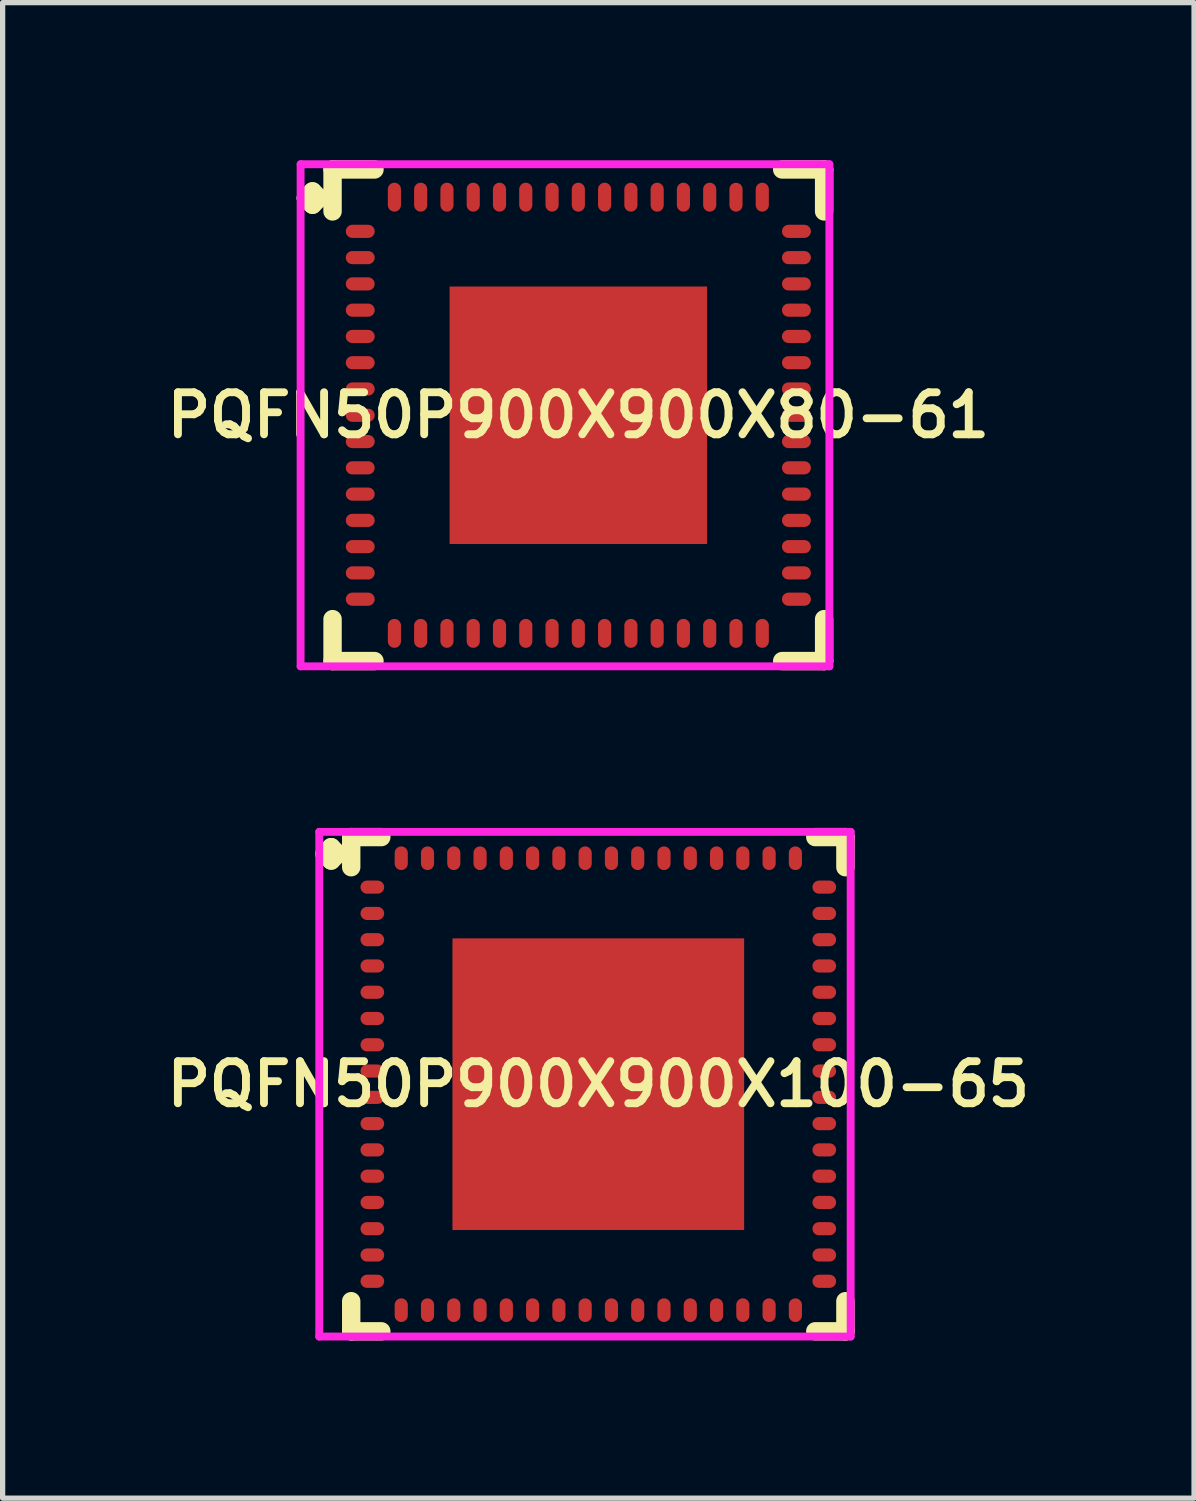
<source format=kicad_pcb>
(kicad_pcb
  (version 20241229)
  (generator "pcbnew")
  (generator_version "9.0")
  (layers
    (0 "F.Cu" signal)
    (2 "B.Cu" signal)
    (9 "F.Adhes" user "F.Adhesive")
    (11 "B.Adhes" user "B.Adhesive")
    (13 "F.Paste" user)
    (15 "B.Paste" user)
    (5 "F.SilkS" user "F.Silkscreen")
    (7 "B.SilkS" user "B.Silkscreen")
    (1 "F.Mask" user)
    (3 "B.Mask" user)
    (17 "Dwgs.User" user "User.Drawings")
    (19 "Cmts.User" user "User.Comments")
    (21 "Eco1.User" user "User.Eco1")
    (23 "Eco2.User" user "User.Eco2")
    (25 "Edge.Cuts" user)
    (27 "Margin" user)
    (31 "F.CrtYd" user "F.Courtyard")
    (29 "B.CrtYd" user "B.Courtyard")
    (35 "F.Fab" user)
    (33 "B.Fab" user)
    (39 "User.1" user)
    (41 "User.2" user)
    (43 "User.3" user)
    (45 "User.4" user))
  (footprint "PQFN50P900X900X80-61"
    (layer "F.Cu")
    (at 7.955 4.852)
    (property "Reference" "PQFN50P900X900X80-61" (at 0 0 0) (layer "F.SilkS") (effects (font (size 0.8 0.8) (thickness 0.15))))
    (attr smd)
    (fp_line (start -5.185 -4.133) (end -5.058 -4.26) (stroke (width 0.35) (type solid)) (layer "F.SilkS"))
    (fp_line (start -5.058 -4.26) (end -4.931 -4.133) (stroke (width 0.35) (type solid)) (layer "F.SilkS"))
    (fp_line (start -5.058 -4.006) (end -5.185 -4.133) (stroke (width 0.35) (type solid)) (layer "F.SilkS"))
    (fp_line (start -4.931 -4.133) (end -5.058 -4.006) (stroke (width 0.35) (type solid)) (layer "F.SilkS"))
    (fp_line (start -4.677 -4.677) (end -3.879 -4.677) (stroke (width 0.35) (type solid)) (layer "F.SilkS"))
    (fp_line (start -4.677 -3.879) (end -4.677 -4.677) (stroke (width 0.35) (type solid)) (layer "F.SilkS"))
    (fp_line (start -4.677 3.879) (end -4.677 4.677) (stroke (width 0.35) (type solid)) (layer "F.SilkS"))
    (fp_line (start -4.677 4.677) (end -3.879 4.677) (stroke (width 0.35) (type solid)) (layer "F.SilkS"))
    (fp_line (start 3.879 -4.677) (end 4.677 -4.677) (stroke (width 0.35) (type solid)) (layer "F.SilkS"))
    (fp_line (start 3.879 4.677) (end 4.677 4.677) (stroke (width 0.35) (type solid)) (layer "F.SilkS"))
    (fp_line (start 4.677 -4.677) (end 4.677 -3.879) (stroke (width 0.35) (type solid)) (layer "F.SilkS"))
    (fp_line (start 4.677 4.677) (end 4.677 3.879) (stroke (width 0.35) (type solid)) (layer "F.SilkS"))
    (fp_line (start -5.285 -4.777) (end 4.777 -4.777) (stroke (width 0.15) (type solid)) (layer "F.CrtYd"))
    (fp_line (start -5.285 4.777) (end -5.285 -4.777) (stroke (width 0.15) (type solid)) (layer "F.CrtYd"))
    (fp_line (start 4.777 -4.777) (end 4.777 4.777) (stroke (width 0.15) (type solid)) (layer "F.CrtYd"))
    (fp_line (start 4.777 4.777) (end -5.285 4.777) (stroke (width 0.15) (type solid)) (layer "F.CrtYd"))
    (pad "1" smd oval (at -4.15 -3.5) (size 0.55 0.25) (layers "F.Cu" "F.Mask" "F.Paste"))
    (pad "2" smd oval (at -4.15 -3) (size 0.55 0.25) (layers "F.Cu" "F.Mask" "F.Paste"))
    (pad "3" smd oval (at -4.15 -2.5) (size 0.55 0.25) (layers "F.Cu" "F.Mask" "F.Paste"))
    (pad "4" smd oval (at -4.15 -2) (size 0.55 0.25) (layers "F.Cu" "F.Mask" "F.Paste"))
    (pad "5" smd oval (at -4.15 -1.5) (size 0.55 0.25) (layers "F.Cu" "F.Mask" "F.Paste"))
    (pad "6" smd oval (at -4.15 -1) (size 0.55 0.25) (layers "F.Cu" "F.Mask" "F.Paste"))
    (pad "7" smd oval (at -4.15 -0.5) (size 0.55 0.25) (layers "F.Cu" "F.Mask" "F.Paste"))
    (pad "8" smd oval (at -4.15 0) (size 0.55 0.25) (layers "F.Cu" "F.Mask" "F.Paste"))
    (pad "9" smd oval (at -4.15 0.5) (size 0.55 0.25) (layers "F.Cu" "F.Mask" "F.Paste"))
    (pad "10" smd oval (at -4.15 1) (size 0.55 0.25) (layers "F.Cu" "F.Mask" "F.Paste"))
    (pad "11" smd oval (at -4.15 1.5) (size 0.55 0.25) (layers "F.Cu" "F.Mask" "F.Paste"))
    (pad "12" smd oval (at -4.15 2) (size 0.55 0.25) (layers "F.Cu" "F.Mask" "F.Paste"))
    (pad "13" smd oval (at -4.15 2.5) (size 0.55 0.25) (layers "F.Cu" "F.Mask" "F.Paste"))
    (pad "14" smd oval (at -4.15 3) (size 0.55 0.25) (layers "F.Cu" "F.Mask" "F.Paste"))
    (pad "15" smd oval (at -4.15 3.5) (size 0.55 0.25) (layers "F.Cu" "F.Mask" "F.Paste"))
    (pad "16" smd oval (at -3.5 4.15) (size 0.25 0.55) (layers "F.Cu" "F.Mask" "F.Paste"))
    (pad "17" smd oval (at -3 4.15) (size 0.25 0.55) (layers "F.Cu" "F.Mask" "F.Paste"))
    (pad "18" smd oval (at -2.5 4.15) (size 0.25 0.55) (layers "F.Cu" "F.Mask" "F.Paste"))
    (pad "19" smd oval (at -2 4.15) (size 0.25 0.55) (layers "F.Cu" "F.Mask" "F.Paste"))
    (pad "20" smd oval (at -1.5 4.15) (size 0.25 0.55) (layers "F.Cu" "F.Mask" "F.Paste"))
    (pad "21" smd oval (at -1 4.15) (size 0.25 0.55) (layers "F.Cu" "F.Mask" "F.Paste"))
    (pad "22" smd oval (at -0.5 4.15) (size 0.25 0.55) (layers "F.Cu" "F.Mask" "F.Paste"))
    (pad "23" smd oval (at 0 4.15) (size 0.25 0.55) (layers "F.Cu" "F.Mask" "F.Paste"))
    (pad "24" smd oval (at 0.5 4.15) (size 0.25 0.55) (layers "F.Cu" "F.Mask" "F.Paste"))
    (pad "25" smd oval (at 1 4.15) (size 0.25 0.55) (layers "F.Cu" "F.Mask" "F.Paste"))
    (pad "26" smd oval (at 1.5 4.15) (size 0.25 0.55) (layers "F.Cu" "F.Mask" "F.Paste"))
    (pad "27" smd oval (at 2 4.15) (size 0.25 0.55) (layers "F.Cu" "F.Mask" "F.Paste"))
    (pad "28" smd oval (at 2.5 4.15) (size 0.25 0.55) (layers "F.Cu" "F.Mask" "F.Paste"))
    (pad "29" smd oval (at 3 4.15) (size 0.25 0.55) (layers "F.Cu" "F.Mask" "F.Paste"))
    (pad "30" smd oval (at 3.5 4.15) (size 0.25 0.55) (layers "F.Cu" "F.Mask" "F.Paste"))
    (pad "31" smd oval (at 4.15 3.5) (size 0.55 0.25) (layers "F.Cu" "F.Mask" "F.Paste"))
    (pad "32" smd oval (at 4.15 3) (size 0.55 0.25) (layers "F.Cu" "F.Mask" "F.Paste"))
    (pad "33" smd oval (at 4.15 2.5) (size 0.55 0.25) (layers "F.Cu" "F.Mask" "F.Paste"))
    (pad "34" smd oval (at 4.15 2) (size 0.55 0.25) (layers "F.Cu" "F.Mask" "F.Paste"))
    (pad "35" smd oval (at 4.15 1.5) (size 0.55 0.25) (layers "F.Cu" "F.Mask" "F.Paste"))
    (pad "36" smd oval (at 4.15 1) (size 0.55 0.25) (layers "F.Cu" "F.Mask" "F.Paste"))
    (pad "37" smd oval (at 4.15 0.5) (size 0.55 0.25) (layers "F.Cu" "F.Mask" "F.Paste"))
    (pad "38" smd oval (at 4.15 0) (size 0.55 0.25) (layers "F.Cu" "F.Mask" "F.Paste"))
    (pad "39" smd oval (at 4.15 -0.5) (size 0.55 0.25) (layers "F.Cu" "F.Mask" "F.Paste"))
    (pad "40" smd oval (at 4.15 -1) (size 0.55 0.25) (layers "F.Cu" "F.Mask" "F.Paste"))
    (pad "41" smd oval (at 4.15 -1.5) (size 0.55 0.25) (layers "F.Cu" "F.Mask" "F.Paste"))
    (pad "42" smd oval (at 4.15 -2) (size 0.55 0.25) (layers "F.Cu" "F.Mask" "F.Paste"))
    (pad "43" smd oval (at 4.15 -2.5) (size 0.55 0.25) (layers "F.Cu" "F.Mask" "F.Paste"))
    (pad "44" smd oval (at 4.15 -3) (size 0.55 0.25) (layers "F.Cu" "F.Mask" "F.Paste"))
    (pad "45" smd oval (at 4.15 -3.5) (size 0.55 0.25) (layers "F.Cu" "F.Mask" "F.Paste"))
    (pad "46" smd oval (at 3.5 -4.15) (size 0.25 0.55) (layers "F.Cu" "F.Mask" "F.Paste"))
    (pad "47" smd oval (at 3 -4.15) (size 0.25 0.55) (layers "F.Cu" "F.Mask" "F.Paste"))
    (pad "48" smd oval (at 2.5 -4.15) (size 0.25 0.55) (layers "F.Cu" "F.Mask" "F.Paste"))
    (pad "49" smd oval (at 2 -4.15) (size 0.25 0.55) (layers "F.Cu" "F.Mask" "F.Paste"))
    (pad "50" smd oval (at 1.5 -4.15) (size 0.25 0.55) (layers "F.Cu" "F.Mask" "F.Paste"))
    (pad "51" smd oval (at 1 -4.15) (size 0.25 0.55) (layers "F.Cu" "F.Mask" "F.Paste"))
    (pad "52" smd oval (at 0.5 -4.15) (size 0.25 0.55) (layers "F.Cu" "F.Mask" "F.Paste"))
    (pad "53" smd oval (at 0 -4.15) (size 0.25 0.55) (layers "F.Cu" "F.Mask" "F.Paste"))
    (pad "54" smd oval (at -0.5 -4.15) (size 0.25 0.55) (layers "F.Cu" "F.Mask" "F.Paste"))
    (pad "55" smd oval (at -1 -4.15) (size 0.25 0.55) (layers "F.Cu" "F.Mask" "F.Paste"))
    (pad "56" smd oval (at -1.5 -4.15) (size 0.25 0.55) (layers "F.Cu" "F.Mask" "F.Paste"))
    (pad "57" smd oval (at -2 -4.15) (size 0.25 0.55) (layers "F.Cu" "F.Mask" "F.Paste"))
    (pad "58" smd oval (at -2.5 -4.15) (size 0.25 0.55) (layers "F.Cu" "F.Mask" "F.Paste"))
    (pad "59" smd oval (at -3 -4.15) (size 0.25 0.55) (layers "F.Cu" "F.Mask" "F.Paste"))
    (pad "60" smd oval (at -3.5 -4.15) (size 0.25 0.55) (layers "F.Cu" "F.Mask" "F.Paste"))
    (pad "61" smd rect (at 0 0) (size 4.9 4.9) (layers "F.Cu" "F.Mask" "F.Paste")))
  (footprint "PQFN50P900X900X100-65"
    (layer "F.Cu")
    (at 8.335 17.581)
    (property "Reference" "PQFN50P900X900X100-65" (at 0 0 0) (layer "F.SilkS") (effects (font (size 0.8 0.8) (thickness 0.15))))
    (attr smd)
    (fp_line (start -5.21 -4.383) (end -5.083 -4.51) (stroke (width 0.35) (type solid)) (layer "F.SilkS"))
    (fp_line (start -5.083 -4.51) (end -4.956 -4.383) (stroke (width 0.35) (type solid)) (layer "F.SilkS"))
    (fp_line (start -5.083 -4.256) (end -5.21 -4.383) (stroke (width 0.35) (type solid)) (layer "F.SilkS"))
    (fp_line (start -4.956 -4.383) (end -5.083 -4.256) (stroke (width 0.35) (type solid)) (layer "F.SilkS"))
    (fp_line (start -4.702 -4.702) (end -4.129 -4.702) (stroke (width 0.35) (type solid)) (layer "F.SilkS"))
    (fp_line (start -4.702 -4.129) (end -4.702 -4.702) (stroke (width 0.35) (type solid)) (layer "F.SilkS"))
    (fp_line (start -4.702 4.129) (end -4.702 4.702) (stroke (width 0.35) (type solid)) (layer "F.SilkS"))
    (fp_line (start -4.702 4.702) (end -4.129 4.702) (stroke (width 0.35) (type solid)) (layer "F.SilkS"))
    (fp_line (start 4.129 -4.702) (end 4.702 -4.702) (stroke (width 0.35) (type solid)) (layer "F.SilkS"))
    (fp_line (start 4.129 4.702) (end 4.702 4.702) (stroke (width 0.35) (type solid)) (layer "F.SilkS"))
    (fp_line (start 4.702 -4.702) (end 4.702 -4.129) (stroke (width 0.35) (type solid)) (layer "F.SilkS"))
    (fp_line (start 4.702 4.702) (end 4.702 4.129) (stroke (width 0.35) (type solid)) (layer "F.SilkS"))
    (fp_line (start -5.31 -4.802) (end 4.802 -4.802) (stroke (width 0.15) (type solid)) (layer "F.CrtYd"))
    (fp_line (start -5.31 4.802) (end -5.31 -4.802) (stroke (width 0.15) (type solid)) (layer "F.CrtYd"))
    (fp_line (start 4.802 -4.802) (end 4.802 4.802) (stroke (width 0.15) (type solid)) (layer "F.CrtYd"))
    (fp_line (start 4.802 4.802) (end -5.31 4.802) (stroke (width 0.15) (type solid)) (layer "F.CrtYd"))
    (pad "1" smd oval (at -4.3 -3.75) (size 0.45 0.25) (layers "F.Cu" "F.Mask" "F.Paste"))
    (pad "2" smd oval (at -4.3 -3.25) (size 0.45 0.25) (layers "F.Cu" "F.Mask" "F.Paste"))
    (pad "3" smd oval (at -4.3 -2.75) (size 0.45 0.25) (layers "F.Cu" "F.Mask" "F.Paste"))
    (pad "4" smd oval (at -4.3 -2.25) (size 0.45 0.25) (layers "F.Cu" "F.Mask" "F.Paste"))
    (pad "5" smd oval (at -4.3 -1.75) (size 0.45 0.25) (layers "F.Cu" "F.Mask" "F.Paste"))
    (pad "6" smd oval (at -4.3 -1.25) (size 0.45 0.25) (layers "F.Cu" "F.Mask" "F.Paste"))
    (pad "7" smd oval (at -4.3 -0.75) (size 0.45 0.25) (layers "F.Cu" "F.Mask" "F.Paste"))
    (pad "8" smd oval (at -4.3 -0.25) (size 0.45 0.25) (layers "F.Cu" "F.Mask" "F.Paste"))
    (pad "9" smd oval (at -4.3 0.25) (size 0.45 0.25) (layers "F.Cu" "F.Mask" "F.Paste"))
    (pad "10" smd oval (at -4.3 0.75) (size 0.45 0.25) (layers "F.Cu" "F.Mask" "F.Paste"))
    (pad "11" smd oval (at -4.3 1.25) (size 0.45 0.25) (layers "F.Cu" "F.Mask" "F.Paste"))
    (pad "12" smd oval (at -4.3 1.75) (size 0.45 0.25) (layers "F.Cu" "F.Mask" "F.Paste"))
    (pad "13" smd oval (at -4.3 2.25) (size 0.45 0.25) (layers "F.Cu" "F.Mask" "F.Paste"))
    (pad "14" smd oval (at -4.3 2.75) (size 0.45 0.25) (layers "F.Cu" "F.Mask" "F.Paste"))
    (pad "15" smd oval (at -4.3 3.25) (size 0.45 0.25) (layers "F.Cu" "F.Mask" "F.Paste"))
    (pad "16" smd oval (at -4.3 3.75) (size 0.45 0.25) (layers "F.Cu" "F.Mask" "F.Paste"))
    (pad "17" smd oval (at -3.75 4.3) (size 0.25 0.45) (layers "F.Cu" "F.Mask" "F.Paste"))
    (pad "18" smd oval (at -3.25 4.3) (size 0.25 0.45) (layers "F.Cu" "F.Mask" "F.Paste"))
    (pad "19" smd oval (at -2.75 4.3) (size 0.25 0.45) (layers "F.Cu" "F.Mask" "F.Paste"))
    (pad "20" smd oval (at -2.25 4.3) (size 0.25 0.45) (layers "F.Cu" "F.Mask" "F.Paste"))
    (pad "21" smd oval (at -1.75 4.3) (size 0.25 0.45) (layers "F.Cu" "F.Mask" "F.Paste"))
    (pad "22" smd oval (at -1.25 4.3) (size 0.25 0.45) (layers "F.Cu" "F.Mask" "F.Paste"))
    (pad "23" smd oval (at -0.75 4.3) (size 0.25 0.45) (layers "F.Cu" "F.Mask" "F.Paste"))
    (pad "24" smd oval (at -0.25 4.3) (size 0.25 0.45) (layers "F.Cu" "F.Mask" "F.Paste"))
    (pad "25" smd oval (at 0.25 4.3) (size 0.25 0.45) (layers "F.Cu" "F.Mask" "F.Paste"))
    (pad "26" smd oval (at 0.75 4.3) (size 0.25 0.45) (layers "F.Cu" "F.Mask" "F.Paste"))
    (pad "27" smd oval (at 1.25 4.3) (size 0.25 0.45) (layers "F.Cu" "F.Mask" "F.Paste"))
    (pad "28" smd oval (at 1.75 4.3) (size 0.25 0.45) (layers "F.Cu" "F.Mask" "F.Paste"))
    (pad "29" smd oval (at 2.25 4.3) (size 0.25 0.45) (layers "F.Cu" "F.Mask" "F.Paste"))
    (pad "30" smd oval (at 2.75 4.3) (size 0.25 0.45) (layers "F.Cu" "F.Mask" "F.Paste"))
    (pad "31" smd oval (at 3.25 4.3) (size 0.25 0.45) (layers "F.Cu" "F.Mask" "F.Paste"))
    (pad "32" smd oval (at 3.75 4.3) (size 0.25 0.45) (layers "F.Cu" "F.Mask" "F.Paste"))
    (pad "33" smd oval (at 4.3 3.75) (size 0.45 0.25) (layers "F.Cu" "F.Mask" "F.Paste"))
    (pad "34" smd oval (at 4.3 3.25) (size 0.45 0.25) (layers "F.Cu" "F.Mask" "F.Paste"))
    (pad "35" smd oval (at 4.3 2.75) (size 0.45 0.25) (layers "F.Cu" "F.Mask" "F.Paste"))
    (pad "36" smd oval (at 4.3 2.25) (size 0.45 0.25) (layers "F.Cu" "F.Mask" "F.Paste"))
    (pad "37" smd oval (at 4.3 1.75) (size 0.45 0.25) (layers "F.Cu" "F.Mask" "F.Paste"))
    (pad "38" smd oval (at 4.3 1.25) (size 0.45 0.25) (layers "F.Cu" "F.Mask" "F.Paste"))
    (pad "39" smd oval (at 4.3 0.75) (size 0.45 0.25) (layers "F.Cu" "F.Mask" "F.Paste"))
    (pad "40" smd oval (at 4.3 0.25) (size 0.45 0.25) (layers "F.Cu" "F.Mask" "F.Paste"))
    (pad "41" smd oval (at 4.3 -0.25) (size 0.45 0.25) (layers "F.Cu" "F.Mask" "F.Paste"))
    (pad "42" smd oval (at 4.3 -0.75) (size 0.45 0.25) (layers "F.Cu" "F.Mask" "F.Paste"))
    (pad "43" smd oval (at 4.3 -1.25) (size 0.45 0.25) (layers "F.Cu" "F.Mask" "F.Paste"))
    (pad "44" smd oval (at 4.3 -1.75) (size 0.45 0.25) (layers "F.Cu" "F.Mask" "F.Paste"))
    (pad "45" smd oval (at 4.3 -2.25) (size 0.45 0.25) (layers "F.Cu" "F.Mask" "F.Paste"))
    (pad "46" smd oval (at 4.3 -2.75) (size 0.45 0.25) (layers "F.Cu" "F.Mask" "F.Paste"))
    (pad "47" smd oval (at 4.3 -3.25) (size 0.45 0.25) (layers "F.Cu" "F.Mask" "F.Paste"))
    (pad "48" smd oval (at 4.3 -3.75) (size 0.45 0.25) (layers "F.Cu" "F.Mask" "F.Paste"))
    (pad "49" smd oval (at 3.75 -4.3) (size 0.25 0.45) (layers "F.Cu" "F.Mask" "F.Paste"))
    (pad "50" smd oval (at 3.25 -4.3) (size 0.25 0.45) (layers "F.Cu" "F.Mask" "F.Paste"))
    (pad "51" smd oval (at 2.75 -4.3) (size 0.25 0.45) (layers "F.Cu" "F.Mask" "F.Paste"))
    (pad "52" smd oval (at 2.25 -4.3) (size 0.25 0.45) (layers "F.Cu" "F.Mask" "F.Paste"))
    (pad "53" smd oval (at 1.75 -4.3) (size 0.25 0.45) (layers "F.Cu" "F.Mask" "F.Paste"))
    (pad "54" smd oval (at 1.25 -4.3) (size 0.25 0.45) (layers "F.Cu" "F.Mask" "F.Paste"))
    (pad "55" smd oval (at 0.75 -4.3) (size 0.25 0.45) (layers "F.Cu" "F.Mask" "F.Paste"))
    (pad "56" smd oval (at 0.25 -4.3) (size 0.25 0.45) (layers "F.Cu" "F.Mask" "F.Paste"))
    (pad "57" smd oval (at -0.25 -4.3) (size 0.25 0.45) (layers "F.Cu" "F.Mask" "F.Paste"))
    (pad "58" smd oval (at -0.75 -4.3) (size 0.25 0.45) (layers "F.Cu" "F.Mask" "F.Paste"))
    (pad "59" smd oval (at -1.25 -4.3) (size 0.25 0.45) (layers "F.Cu" "F.Mask" "F.Paste"))
    (pad "60" smd oval (at -1.75 -4.3) (size 0.25 0.45) (layers "F.Cu" "F.Mask" "F.Paste"))
    (pad "61" smd oval (at -2.25 -4.3) (size 0.25 0.45) (layers "F.Cu" "F.Mask" "F.Paste"))
    (pad "62" smd oval (at -2.75 -4.3) (size 0.25 0.45) (layers "F.Cu" "F.Mask" "F.Paste"))
    (pad "63" smd oval (at -3.25 -4.3) (size 0.25 0.45) (layers "F.Cu" "F.Mask" "F.Paste"))
    (pad "64" smd oval (at -3.75 -4.3) (size 0.25 0.45) (layers "F.Cu" "F.Mask" "F.Paste"))
    (pad "65" smd rect (at 0 0) (size 5.55 5.55) (layers "F.Cu" "F.Mask" "F.Paste")))
  (gr_rect
    (start -3 -3)
    (end 19.671 25.458)
    (stroke (width 0.1) (type default))
    (fill no)
    (layer "Edge.Cuts")))
</source>
